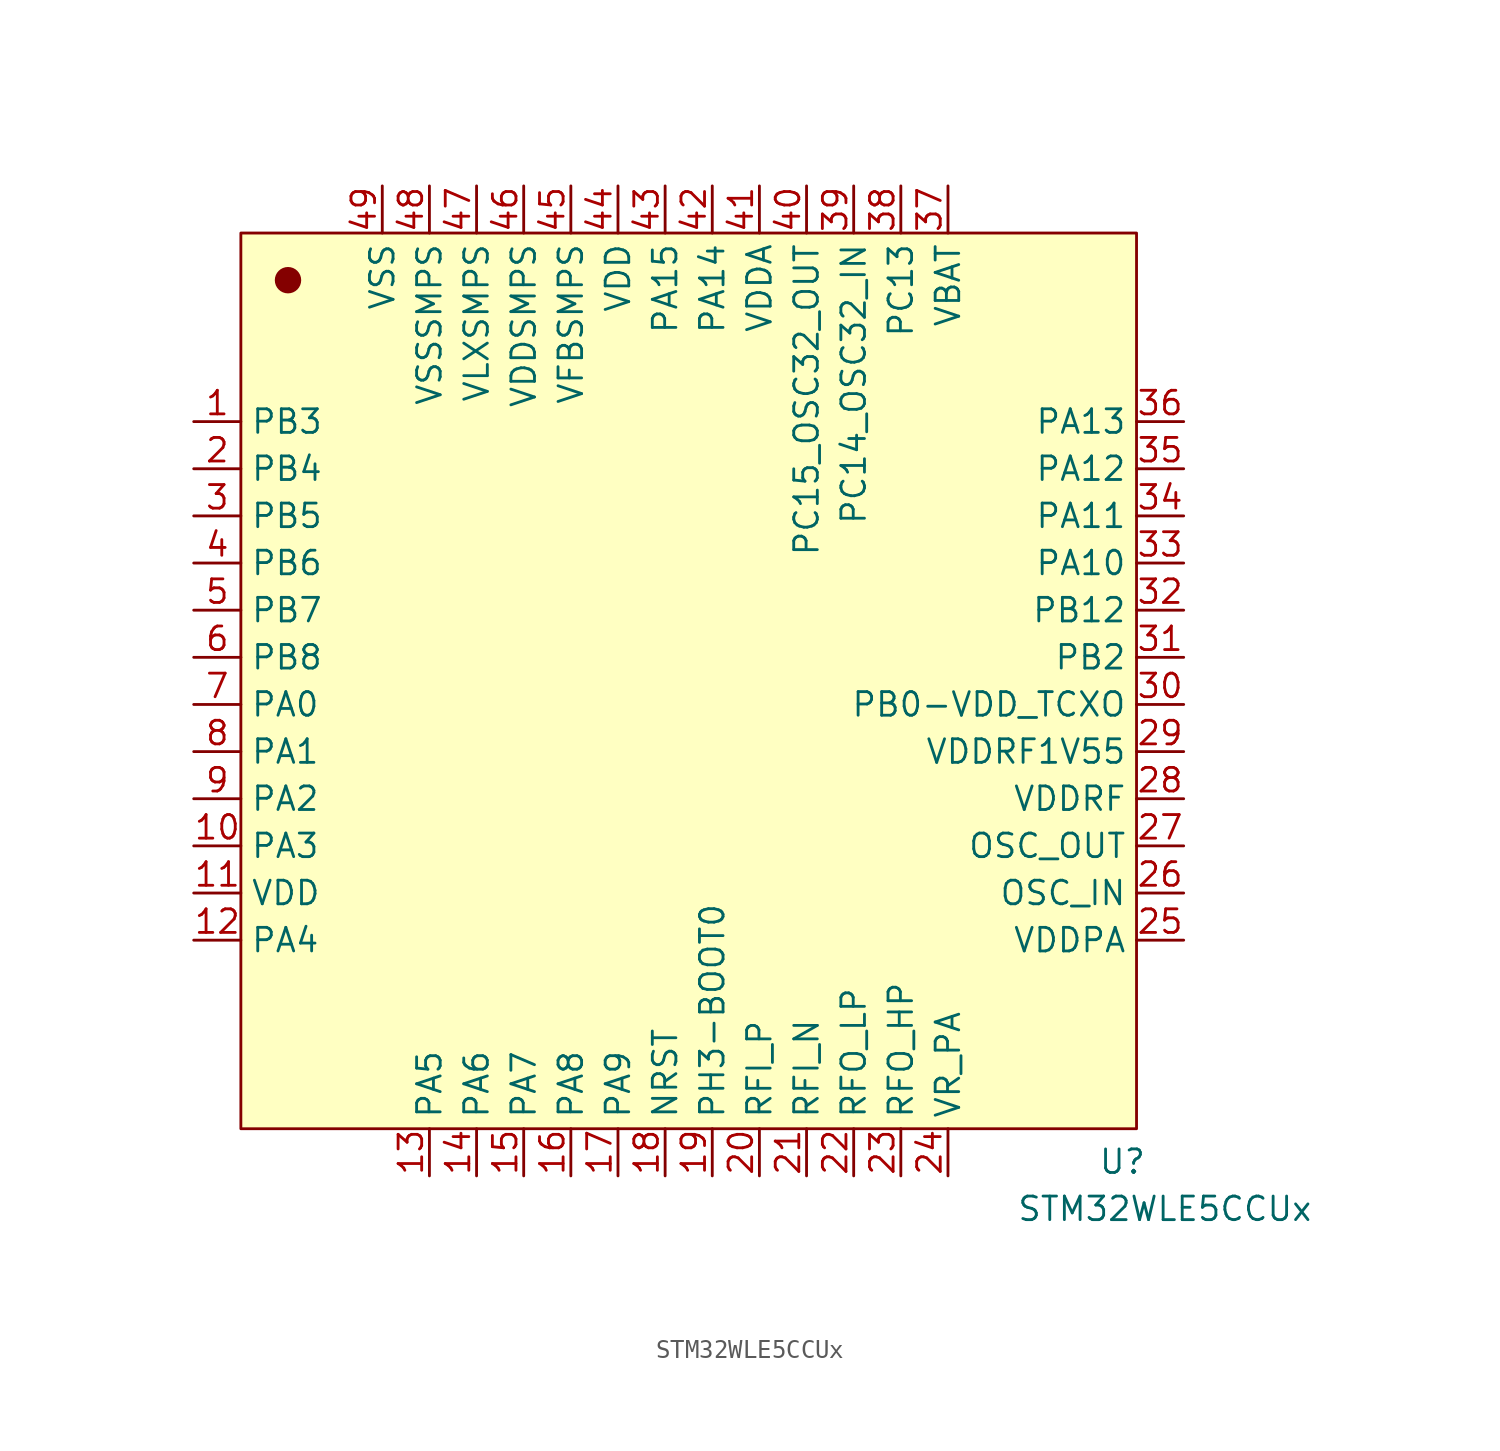
<source format=kicad_sym>
(kicad_symbol_lib
  (version 20231120)
  (generator "kicad_symbol_editor")
  (generator_version "8.0")
  (symbol "STM32WLE5CCUx"
    (property "Reference" "U"
      (at 47.498 -50.038 0)
      (effects (font (size 1.27 1.27))))
    (property "Value" "STM32WLE5CCUx"
      (at 49.784 -52.578 0)
      (effects (font (size 1.27 1.27))))
    (symbol "STM32WLE5CCUx_1_1"
      (rectangle (start 0 0) (end 48.26 -48.26) (stroke (width 0) (type default)) (fill (type background)))
      (circle (center 2.54 -2.54) (radius 0.635) (stroke (width 0) (type default)) (fill (type outline)))
      (pin passive line (at -2.54 -10.16 0) (length 2.54) (name "PB3" (effects (font (size 1.27 1.27)))) (number "1" (effects (font (size 1.27 1.27)))))
      (pin passive line (at -2.54 -33.02 0) (length 2.54) (name "PA3" (effects (font (size 1.27 1.27)))) (number "10" (effects (font (size 1.27 1.27)))))
      (pin passive line (at -2.54 -35.56 0) (length 2.54) (name "VDD" (effects (font (size 1.27 1.27)))) (number "11" (effects (font (size 1.27 1.27)))))
      (pin passive line (at -2.54 -38.1 0) (length 2.54) (name "PA4" (effects (font (size 1.27 1.27)))) (number "12" (effects (font (size 1.27 1.27)))))
      (pin passive line (at 10.16 -50.8 90) (length 2.54) (name "PA5" (effects (font (size 1.27 1.27)))) (number "13" (effects (font (size 1.27 1.27)))))
      (pin passive line (at 12.7 -50.8 90) (length 2.54) (name "PA6" (effects (font (size 1.27 1.27)))) (number "14" (effects (font (size 1.27 1.27)))))
      (pin passive line (at 15.24 -50.8 90) (length 2.54) (name "PA7" (effects (font (size 1.27 1.27)))) (number "15" (effects (font (size 1.27 1.27)))))
      (pin passive line (at 17.78 -50.8 90) (length 2.54) (name "PA8" (effects (font (size 1.27 1.27)))) (number "16" (effects (font (size 1.27 1.27)))))
      (pin passive line (at 20.32 -50.8 90) (length 2.54) (name "PA9" (effects (font (size 1.27 1.27)))) (number "17" (effects (font (size 1.27 1.27)))))
      (pin passive line (at 22.86 -50.8 90) (length 2.54) (name "NRST" (effects (font (size 1.27 1.27)))) (number "18" (effects (font (size 1.27 1.27)))))
      (pin passive line (at 25.4 -50.8 90) (length 2.54) (name "PH3-BOOT0" (effects (font (size 1.27 1.27)))) (number "19" (effects (font (size 1.27 1.27)))))
      (pin passive line (at -2.54 -12.7 0) (length 2.54) (name "PB4" (effects (font (size 1.27 1.27)))) (number "2" (effects (font (size 1.27 1.27)))))
      (pin passive line (at 27.94 -50.8 90) (length 2.54) (name "RFI_P" (effects (font (size 1.27 1.27)))) (number "20" (effects (font (size 1.27 1.27)))))
      (pin passive line (at 30.48 -50.8 90) (length 2.54) (name "RFI_N" (effects (font (size 1.27 1.27)))) (number "21" (effects (font (size 1.27 1.27)))))
      (pin passive line (at 33.02 -50.8 90) (length 2.54) (name "RFO_LP" (effects (font (size 1.27 1.27)))) (number "22" (effects (font (size 1.27 1.27)))))
      (pin passive line (at 35.56 -50.8 90) (length 2.54) (name "RFO_HP" (effects (font (size 1.27 1.27)))) (number "23" (effects (font (size 1.27 1.27)))))
      (pin passive line (at 38.1 -50.8 90) (length 2.54) (name "VR_PA" (effects (font (size 1.27 1.27)))) (number "24" (effects (font (size 1.27 1.27)))))
      (pin passive line (at 50.8 -38.1 180) (length 2.54) (name "VDDPA" (effects (font (size 1.27 1.27)))) (number "25" (effects (font (size 1.27 1.27)))))
      (pin passive line (at 50.8 -35.56 180) (length 2.54) (name "OSC_IN" (effects (font (size 1.27 1.27)))) (number "26" (effects (font (size 1.27 1.27)))))
      (pin passive line (at 50.8 -33.02 180) (length 2.54) (name "OSC_OUT" (effects (font (size 1.27 1.27)))) (number "27" (effects (font (size 1.27 1.27)))))
      (pin passive line (at 50.8 -30.48 180) (length 2.54) (name "VDDRF" (effects (font (size 1.27 1.27)))) (number "28" (effects (font (size 1.27 1.27)))))
      (pin passive line (at 50.8 -27.94 180) (length 2.54) (name "VDDRF1V55" (effects (font (size 1.27 1.27)))) (number "29" (effects (font (size 1.27 1.27)))))
      (pin passive line (at -2.54 -15.24 0) (length 2.54) (name "PB5" (effects (font (size 1.27 1.27)))) (number "3" (effects (font (size 1.27 1.27)))))
      (pin passive line (at 50.8 -25.4 180) (length 2.54) (name "PB0-VDD_TCXO" (effects (font (size 1.27 1.27)))) (number "30" (effects (font (size 1.27 1.27)))))
      (pin passive line (at 50.8 -22.86 180) (length 2.54) (name "PB2" (effects (font (size 1.27 1.27)))) (number "31" (effects (font (size 1.27 1.27)))))
      (pin passive line (at 50.8 -20.32 180) (length 2.54) (name "PB12" (effects (font (size 1.27 1.27)))) (number "32" (effects (font (size 1.27 1.27)))))
      (pin passive line (at 50.8 -17.78 180) (length 2.54) (name "PA10" (effects (font (size 1.27 1.27)))) (number "33" (effects (font (size 1.27 1.27)))))
      (pin passive line (at 50.8 -15.24 180) (length 2.54) (name "PA11" (effects (font (size 1.27 1.27)))) (number "34" (effects (font (size 1.27 1.27)))))
      (pin passive line (at 50.8 -12.7 180) (length 2.54) (name "PA12" (effects (font (size 1.27 1.27)))) (number "35" (effects (font (size 1.27 1.27)))))
      (pin passive line (at 50.8 -10.16 180) (length 2.54) (name "PA13" (effects (font (size 1.27 1.27)))) (number "36" (effects (font (size 1.27 1.27)))))
      (pin passive line (at 38.1 2.54 270) (length 2.54) (name "VBAT" (effects (font (size 1.27 1.27)))) (number "37" (effects (font (size 1.27 1.27)))))
      (pin passive line (at 35.56 2.54 270) (length 2.54) (name "PC13" (effects (font (size 1.27 1.27)))) (number "38" (effects (font (size 1.27 1.27)))))
      (pin passive line (at 33.02 2.54 270) (length 2.54) (name "PC14_OSC32_IN" (effects (font (size 1.27 1.27)))) (number "39" (effects (font (size 1.27 1.27)))))
      (pin passive line (at -2.54 -17.78 0) (length 2.54) (name "PB6" (effects (font (size 1.27 1.27)))) (number "4" (effects (font (size 1.27 1.27)))))
      (pin passive line (at 30.48 2.54 270) (length 2.54) (name "PC15_OSC32_OUT" (effects (font (size 1.27 1.27)))) (number "40" (effects (font (size 1.27 1.27)))))
      (pin passive line (at 27.94 2.54 270) (length 2.54) (name "VDDA" (effects (font (size 1.27 1.27)))) (number "41" (effects (font (size 1.27 1.27)))))
      (pin passive line (at 25.4 2.54 270) (length 2.54) (name "PA14" (effects (font (size 1.27 1.27)))) (number "42" (effects (font (size 1.27 1.27)))))
      (pin passive line (at 22.86 2.54 270) (length 2.54) (name "PA15" (effects (font (size 1.27 1.27)))) (number "43" (effects (font (size 1.27 1.27)))))
      (pin passive line (at 20.32 2.54 270) (length 2.54) (name "VDD" (effects (font (size 1.27 1.27)))) (number "44" (effects (font (size 1.27 1.27)))))
      (pin passive line (at 17.78 2.54 270) (length 2.54) (name "VFBSMPS" (effects (font (size 1.27 1.27)))) (number "45" (effects (font (size 1.27 1.27)))))
      (pin passive line (at 15.24 2.54 270) (length 2.54) (name "VDDSMPS" (effects (font (size 1.27 1.27)))) (number "46" (effects (font (size 1.27 1.27)))))
      (pin passive line (at 12.7 2.54 270) (length 2.54) (name "VLXSMPS" (effects (font (size 1.27 1.27)))) (number "47" (effects (font (size 1.27 1.27)))))
      (pin passive line (at 10.16 2.54 270) (length 2.54) (name "VSSSMPS" (effects (font (size 1.27 1.27)))) (number "48" (effects (font (size 1.27 1.27)))))
      (pin passive line (at 7.62 2.54 270) (length 2.54) (name "VSS" (effects (font (size 1.27 1.27)))) (number "49" (effects (font (size 1.27 1.27)))))
      (pin passive line (at -2.54 -20.32 0) (length 2.54) (name "PB7" (effects (font (size 1.27 1.27)))) (number "5" (effects (font (size 1.27 1.27)))))
      (pin passive line (at -2.54 -22.86 0) (length 2.54) (name "PB8" (effects (font (size 1.27 1.27)))) (number "6" (effects (font (size 1.27 1.27)))))
      (pin passive line (at -2.54 -25.4 0) (length 2.54) (name "PA0" (effects (font (size 1.27 1.27)))) (number "7" (effects (font (size 1.27 1.27)))))
      (pin passive line (at -2.54 -27.94 0) (length 2.54) (name "PA1" (effects (font (size 1.27 1.27)))) (number "8" (effects (font (size 1.27 1.27)))))
      (pin passive line (at -2.54 -30.48 0) (length 2.54) (name "PA2" (effects (font (size 1.27 1.27)))) (number "9" (effects (font (size 1.27 1.27))))))))
</source>
